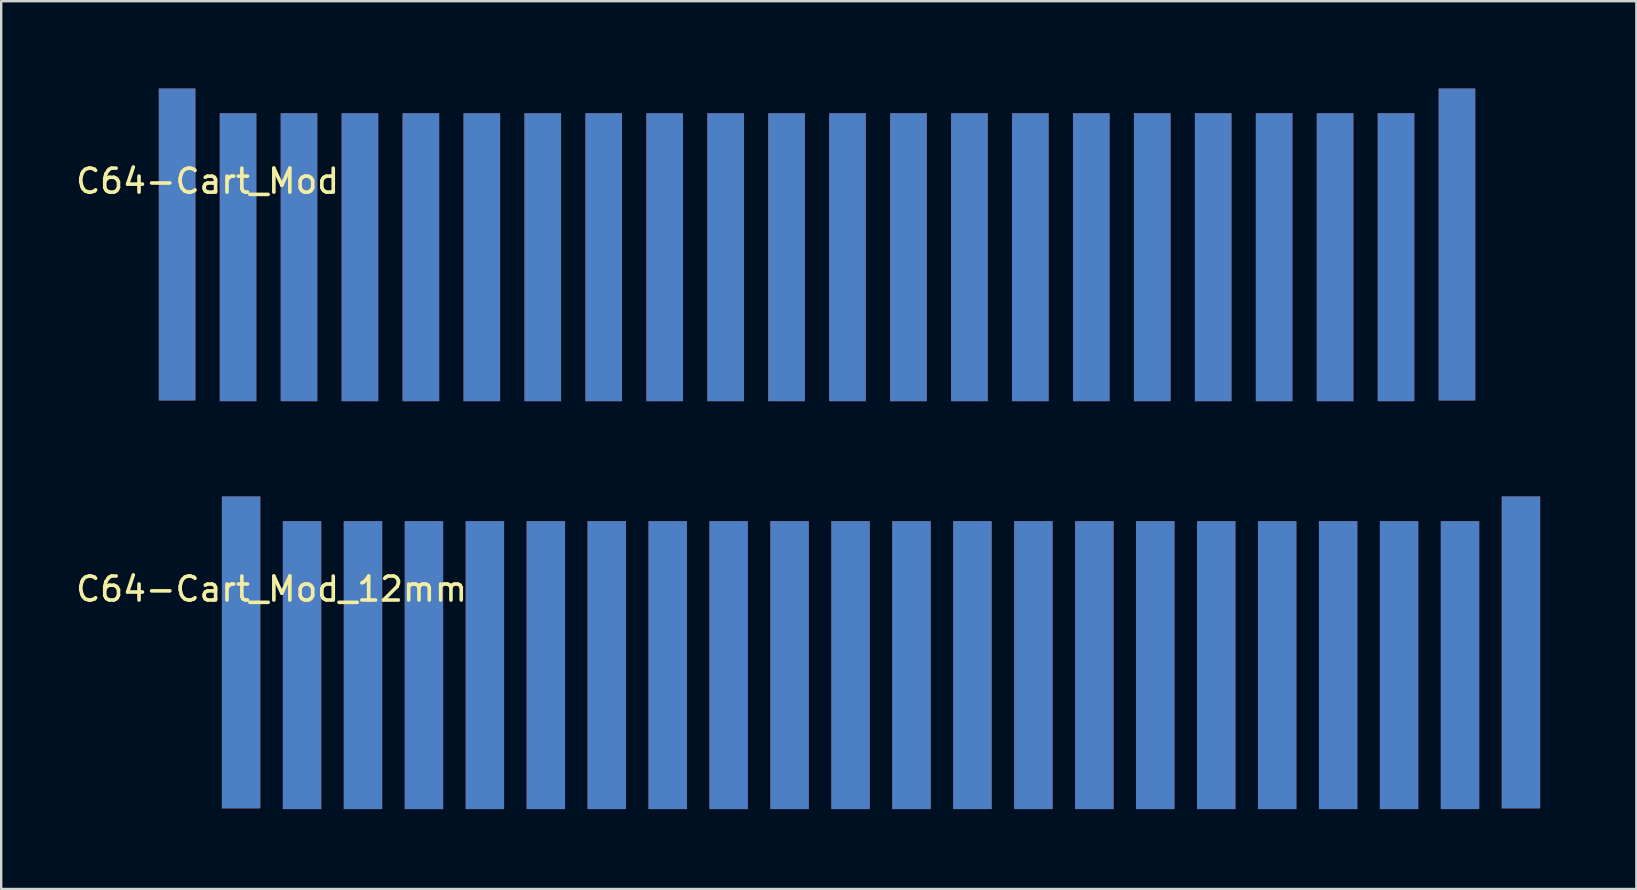
<source format=kicad_pcb>
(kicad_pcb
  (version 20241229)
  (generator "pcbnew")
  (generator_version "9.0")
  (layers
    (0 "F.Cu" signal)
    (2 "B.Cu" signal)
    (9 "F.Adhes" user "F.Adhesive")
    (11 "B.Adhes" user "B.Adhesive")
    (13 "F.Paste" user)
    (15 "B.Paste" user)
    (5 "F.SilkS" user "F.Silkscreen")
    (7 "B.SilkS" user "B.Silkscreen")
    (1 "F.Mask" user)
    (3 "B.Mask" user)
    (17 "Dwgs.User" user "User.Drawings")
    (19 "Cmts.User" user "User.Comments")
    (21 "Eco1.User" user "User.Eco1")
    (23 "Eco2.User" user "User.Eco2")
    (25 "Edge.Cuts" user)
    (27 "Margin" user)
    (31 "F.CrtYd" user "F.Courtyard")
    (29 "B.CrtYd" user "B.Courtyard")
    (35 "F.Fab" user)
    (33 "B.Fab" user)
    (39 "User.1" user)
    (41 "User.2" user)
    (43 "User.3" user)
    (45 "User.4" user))
  (footprint "C64-Cart_Mod"
    (layer "F.Cu")
    (at 1.791 13.52)
    (property "Reference" "C64-Cart_Mod" (at 3.81 -9.018 0) (layer "F.SilkS") (effects (font (size 1 1) (thickness 0.15))))
    (attr through_hole)
    (pad "" smd rect (at 28.89 -6.52 180) (size 57.6 14) (layers "F.Mask"))
    (pad "" smd rect (at 28.89 -6.52 180) (size 57.6 14) (layers "B.Mask"))
    (pad "1" smd rect (at 2.54 -6.38 180) (size 1.524 13) (layers "F.Cu" "F.Mask" "F.Paste"))
    (pad "2" smd rect (at 5.08 -5.85 180) (size 1.524 12) (layers "F.Cu" "F.Mask" "F.Paste"))
    (pad "3" smd rect (at 7.62 -5.85 180) (size 1.524 12) (layers "F.Cu" "F.Mask" "F.Paste"))
    (pad "4" smd rect (at 10.16 -5.85 180) (size 1.524 12) (layers "F.Cu" "F.Mask" "F.Paste"))
    (pad "5" smd rect (at 12.7 -5.85 180) (size 1.524 12) (layers "F.Cu" "F.Mask" "F.Paste"))
    (pad "6" smd rect (at 15.24 -5.85 180) (size 1.524 12) (layers "F.Cu" "F.Mask" "F.Paste"))
    (pad "7" smd rect (at 17.78 -5.85 180) (size 1.524 12) (layers "F.Cu" "F.Mask" "F.Paste"))
    (pad "8" smd rect (at 20.32 -5.85 180) (size 1.524 12) (layers "F.Cu" "F.Mask" "F.Paste"))
    (pad "9" smd rect (at 22.86 -5.85 180) (size 1.524 12) (layers "F.Cu" "F.Mask" "F.Paste"))
    (pad "10" smd rect (at 25.4 -5.85 180) (size 1.524 12) (layers "F.Cu" "F.Mask" "F.Paste"))
    (pad "11" smd rect (at 27.94 -5.85 180) (size 1.524 12) (layers "F.Cu" "F.Mask" "F.Paste"))
    (pad "12" smd rect (at 30.48 -5.85 180) (size 1.524 12) (layers "F.Cu" "F.Mask" "F.Paste"))
    (pad "13" smd rect (at 33.02 -5.85 180) (size 1.524 12) (layers "F.Cu" "F.Mask" "F.Paste"))
    (pad "14" smd rect (at 35.56 -5.85 180) (size 1.524 12) (layers "F.Cu" "F.Mask" "F.Paste"))
    (pad "15" smd rect (at 38.1 -5.85 180) (size 1.524 12) (layers "F.Cu" "F.Mask" "F.Paste"))
    (pad "16" smd rect (at 40.64 -5.85 180) (size 1.524 12) (layers "F.Cu" "F.Mask" "F.Paste"))
    (pad "17" smd rect (at 43.18 -5.85 180) (size 1.524 12) (layers "F.Cu" "F.Mask" "F.Paste"))
    (pad "18" smd rect (at 45.72 -5.85 180) (size 1.524 12) (layers "F.Cu" "F.Mask" "F.Paste"))
    (pad "19" smd rect (at 48.26 -5.85 180) (size 1.524 12) (layers "F.Cu" "F.Mask" "F.Paste"))
    (pad "20" smd rect (at 50.8 -5.85 180) (size 1.524 12) (layers "F.Cu" "F.Mask" "F.Paste"))
    (pad "21" smd rect (at 53.34 -5.85 180) (size 1.524 12) (layers "F.Cu" "F.Mask" "F.Paste"))
    (pad "22" smd rect (at 55.88 -6.38 180) (size 1.524 13) (layers "F.Cu" "F.Mask" "F.Paste"))
    (pad "A" smd rect (at 2.54 -6.38) (size 1.524 13) (layers "B.Cu" "B.Mask" "B.Paste"))
    (pad "B" smd rect (at 5.08 -5.85) (size 1.524 12) (layers "B.Cu" "B.Mask" "B.Paste"))
    (pad "C" smd rect (at 7.62 -5.85) (size 1.524 12) (layers "B.Cu" "B.Mask" "B.Paste"))
    (pad "D" smd rect (at 10.16 -5.85) (size 1.524 12) (layers "B.Cu" "B.Mask" "B.Paste"))
    (pad "E" smd rect (at 12.7 -5.85) (size 1.524 12) (layers "B.Cu" "B.Mask" "B.Paste"))
    (pad "F" smd rect (at 15.24 -5.85) (size 1.524 12) (layers "B.Cu" "B.Mask" "B.Paste"))
    (pad "H" smd rect (at 17.78 -5.85) (size 1.524 12) (layers "B.Cu" "B.Mask" "B.Paste"))
    (pad "J" smd rect (at 20.32 -5.85) (size 1.524 12) (layers "B.Cu" "B.Mask" "B.Paste"))
    (pad "K" smd rect (at 22.86 -5.85) (size 1.524 12) (layers "B.Cu" "B.Mask" "B.Paste"))
    (pad "L" smd rect (at 25.4 -5.85) (size 1.524 12) (layers "B.Cu" "B.Mask" "B.Paste"))
    (pad "M" smd rect (at 27.94 -5.85) (size 1.524 12) (layers "B.Cu" "B.Mask" "B.Paste"))
    (pad "N" smd rect (at 30.48 -5.85) (size 1.524 12) (layers "B.Cu" "B.Mask" "B.Paste"))
    (pad "P" smd rect (at 33.02 -5.85) (size 1.524 12) (layers "B.Cu" "B.Mask" "B.Paste"))
    (pad "R" smd rect (at 35.56 -5.85) (size 1.524 12) (layers "B.Cu" "B.Mask" "B.Paste"))
    (pad "S" smd rect (at 38.1 -5.85) (size 1.524 12) (layers "B.Cu" "B.Mask" "B.Paste"))
    (pad "T" smd rect (at 40.64 -5.85) (size 1.524 12) (layers "B.Cu" "B.Mask" "B.Paste"))
    (pad "U" smd rect (at 43.18 -5.85) (size 1.524 12) (layers "B.Cu" "B.Mask" "B.Paste"))
    (pad "V" smd rect (at 45.72 -5.85) (size 1.524 12) (layers "B.Cu" "B.Mask" "B.Paste"))
    (pad "W" smd rect (at 48.26 -5.85) (size 1.524 12) (layers "B.Cu" "B.Mask" "B.Paste"))
    (pad "X" smd rect (at 50.8 -5.85) (size 1.524 12) (layers "B.Cu" "B.Mask" "B.Paste"))
    (pad "Y" smd rect (at 53.34 -5.85) (size 1.524 12) (layers "B.Cu" "B.Mask" "B.Paste"))
    (pad "Z" smd rect (at 55.88 -6.38) (size 1.524 13) (layers "B.Cu" "B.Mask" "B.Paste")))
  (footprint "C64-Cart_Mod_12mm"
    (layer "F.Cu")
    (at 4.458 30.52)
    (property "Reference" "C64-Cart_Mod_12mm" (at 3.81 -9.018 0) (layer "F.SilkS") (effects (font (size 1 1) (thickness 0.15))))
    (attr through_hole)
    (pad "" smd rect (at 28.89 -6.52 180) (size 57.6 14) (layers "F.Mask"))
    (pad "" smd rect (at 28.89 -6.52 180) (size 57.6 14) (layers "B.Mask"))
    (pad "1" smd rect (at 2.54 -6.38 180) (size 1.6 13) (layers "F.Cu" "F.Mask" "F.Paste"))
    (pad "2" smd rect (at 5.08 -5.85 180) (size 1.6 12) (layers "F.Cu" "F.Mask" "F.Paste"))
    (pad "3" smd rect (at 7.62 -5.85 180) (size 1.6 12) (layers "F.Cu" "F.Mask" "F.Paste"))
    (pad "4" smd rect (at 10.16 -5.85 180) (size 1.6 12) (layers "F.Cu" "F.Mask" "F.Paste"))
    (pad "5" smd rect (at 12.7 -5.85 180) (size 1.6 12) (layers "F.Cu" "F.Mask" "F.Paste"))
    (pad "6" smd rect (at 15.24 -5.85 180) (size 1.6 12) (layers "F.Cu" "F.Mask" "F.Paste"))
    (pad "7" smd rect (at 17.78 -5.85 180) (size 1.6 12) (layers "F.Cu" "F.Mask" "F.Paste"))
    (pad "8" smd rect (at 20.32 -5.85 180) (size 1.6 12) (layers "F.Cu" "F.Mask" "F.Paste"))
    (pad "9" smd rect (at 22.86 -5.85 180) (size 1.6 12) (layers "F.Cu" "F.Mask" "F.Paste"))
    (pad "10" smd rect (at 25.4 -5.85 180) (size 1.6 12) (layers "F.Cu" "F.Mask" "F.Paste"))
    (pad "11" smd rect (at 27.94 -5.85 180) (size 1.6 12) (layers "F.Cu" "F.Mask" "F.Paste"))
    (pad "12" smd rect (at 30.48 -5.85 180) (size 1.6 12) (layers "F.Cu" "F.Mask" "F.Paste"))
    (pad "13" smd rect (at 33.02 -5.85 180) (size 1.6 12) (layers "F.Cu" "F.Mask" "F.Paste"))
    (pad "14" smd rect (at 35.56 -5.85 180) (size 1.6 12) (layers "F.Cu" "F.Mask" "F.Paste"))
    (pad "15" smd rect (at 38.1 -5.85 180) (size 1.6 12) (layers "F.Cu" "F.Mask" "F.Paste"))
    (pad "16" smd rect (at 40.64 -5.85 180) (size 1.6 12) (layers "F.Cu" "F.Mask" "F.Paste"))
    (pad "17" smd rect (at 43.18 -5.85 180) (size 1.6 12) (layers "F.Cu" "F.Mask" "F.Paste"))
    (pad "18" smd rect (at 45.72 -5.85 180) (size 1.6 12) (layers "F.Cu" "F.Mask" "F.Paste"))
    (pad "19" smd rect (at 48.26 -5.85 180) (size 1.6 12) (layers "F.Cu" "F.Mask" "F.Paste"))
    (pad "20" smd rect (at 50.8 -5.85 180) (size 1.6 12) (layers "F.Cu" "F.Mask" "F.Paste"))
    (pad "21" smd rect (at 53.34 -5.85 180) (size 1.6 12) (layers "F.Cu" "F.Mask" "F.Paste"))
    (pad "22" smd rect (at 55.88 -6.38 180) (size 1.6 13) (layers "F.Cu" "F.Mask" "F.Paste"))
    (pad "A" smd rect (at 2.54 -6.38) (size 1.6 13) (layers "B.Cu" "B.Mask" "B.Paste"))
    (pad "B" smd rect (at 5.08 -5.85) (size 1.6 12) (layers "B.Cu" "B.Mask" "B.Paste"))
    (pad "C" smd rect (at 7.62 -5.85) (size 1.6 12) (layers "B.Cu" "B.Mask" "B.Paste"))
    (pad "D" smd rect (at 10.16 -5.85) (size 1.6 12) (layers "B.Cu" "B.Mask" "B.Paste"))
    (pad "E" smd rect (at 12.7 -5.85) (size 1.6 12) (layers "B.Cu" "B.Mask" "B.Paste"))
    (pad "F" smd rect (at 15.24 -5.85) (size 1.6 12) (layers "B.Cu" "B.Mask" "B.Paste"))
    (pad "H" smd rect (at 17.78 -5.85) (size 1.6 12) (layers "B.Cu" "B.Mask" "B.Paste"))
    (pad "J" smd rect (at 20.32 -5.85) (size 1.6 12) (layers "B.Cu" "B.Mask" "B.Paste"))
    (pad "K" smd rect (at 22.86 -5.85) (size 1.6 12) (layers "B.Cu" "B.Mask" "B.Paste"))
    (pad "L" smd rect (at 25.4 -5.85) (size 1.6 12) (layers "B.Cu" "B.Mask" "B.Paste"))
    (pad "M" smd rect (at 27.94 -5.85) (size 1.6 12) (layers "B.Cu" "B.Mask" "B.Paste"))
    (pad "N" smd rect (at 30.48 -5.85) (size 1.6 12) (layers "B.Cu" "B.Mask" "B.Paste"))
    (pad "P" smd rect (at 33.02 -5.85) (size 1.6 12) (layers "B.Cu" "B.Mask" "B.Paste"))
    (pad "R" smd rect (at 35.56 -5.85) (size 1.6 12) (layers "B.Cu" "B.Mask" "B.Paste"))
    (pad "S" smd rect (at 38.1 -5.85) (size 1.6 12) (layers "B.Cu" "B.Mask" "B.Paste"))
    (pad "T" smd rect (at 40.64 -5.85) (size 1.6 12) (layers "B.Cu" "B.Mask" "B.Paste"))
    (pad "U" smd rect (at 43.18 -5.85) (size 1.6 12) (layers "B.Cu" "B.Mask" "B.Paste"))
    (pad "V" smd rect (at 45.72 -5.85) (size 1.6 12) (layers "B.Cu" "B.Mask" "B.Paste"))
    (pad "W" smd rect (at 48.26 -5.85) (size 1.6 12) (layers "B.Cu" "B.Mask" "B.Paste"))
    (pad "X" smd rect (at 50.8 -5.85) (size 1.6 12) (layers "B.Cu" "B.Mask" "B.Paste"))
    (pad "Y" smd rect (at 53.34 -5.85) (size 1.6 12) (layers "B.Cu" "B.Mask" "B.Paste"))
    (pad "Z" smd rect (at 55.88 -6.38) (size 1.6 13) (layers "B.Cu" "B.Mask" "B.Paste")))
  (gr_rect
    (start -3 -3)
    (end 65.148 34)
    (stroke (width 0.1) (type default))
    (fill no)
    (layer "Edge.Cuts")))
</source>
